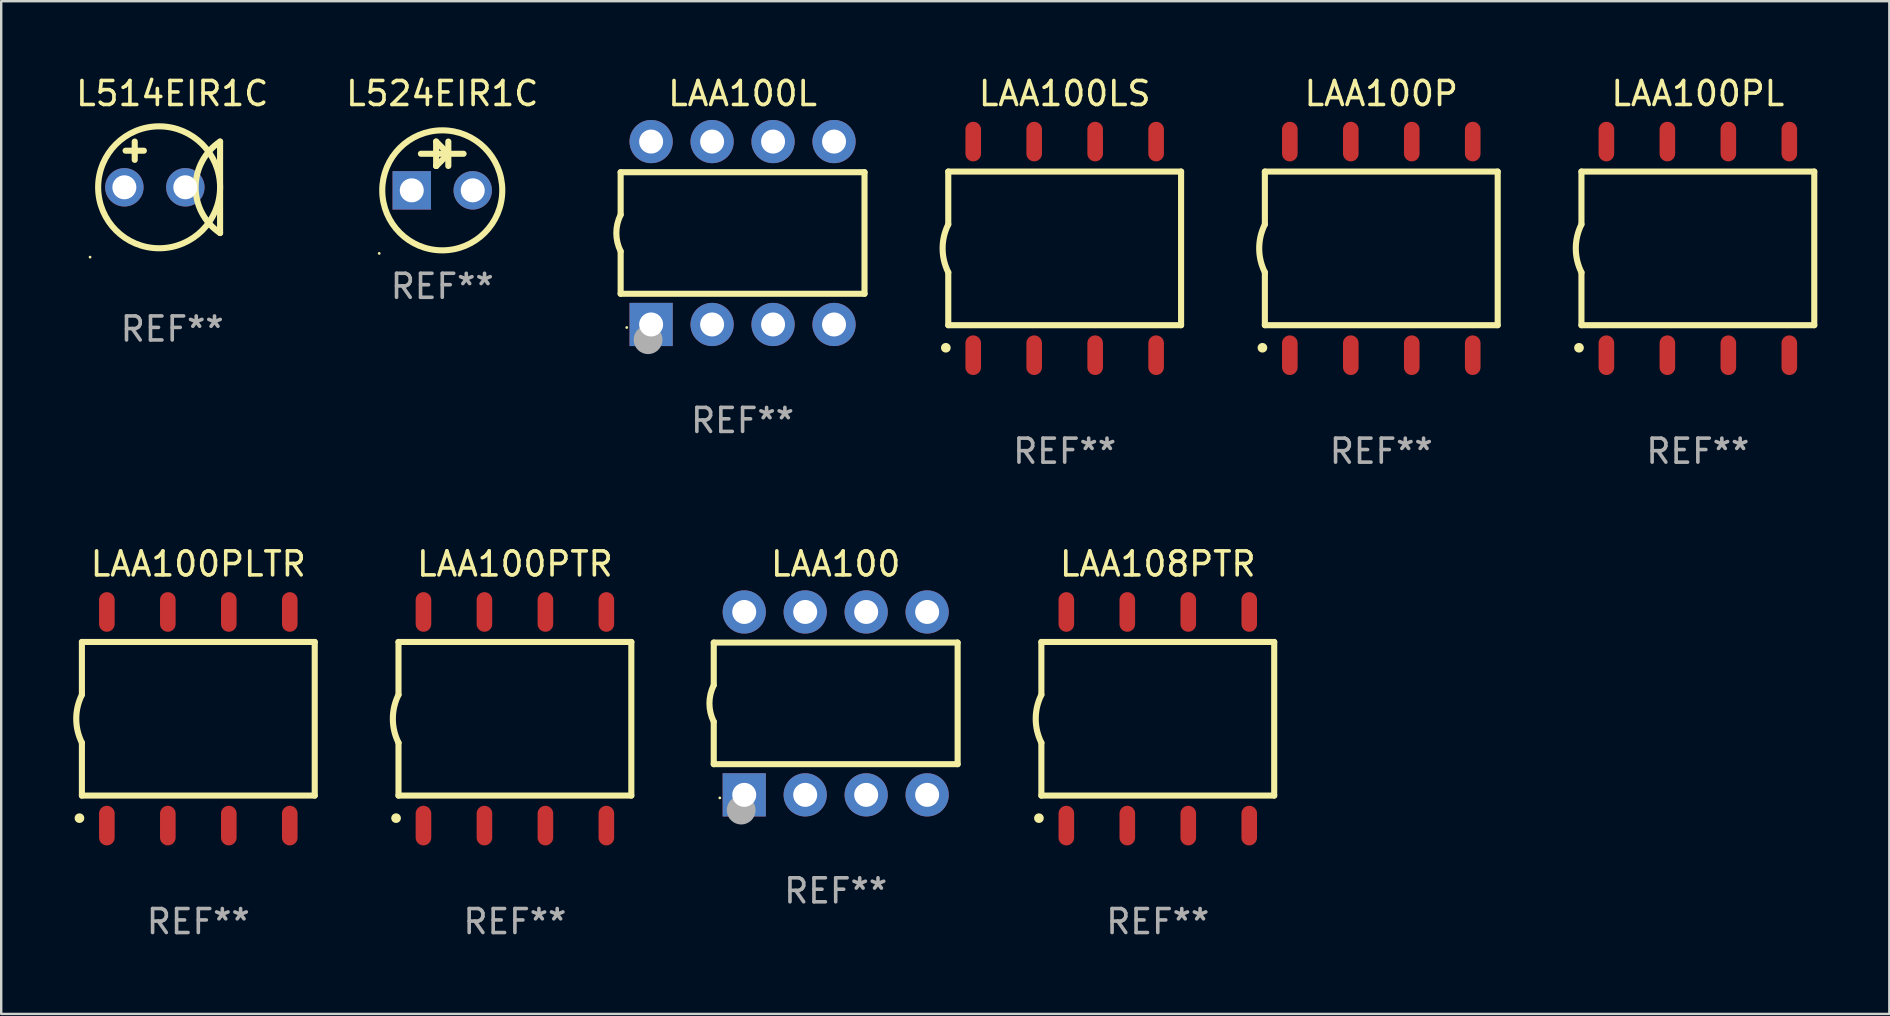
<source format=kicad_pcb>
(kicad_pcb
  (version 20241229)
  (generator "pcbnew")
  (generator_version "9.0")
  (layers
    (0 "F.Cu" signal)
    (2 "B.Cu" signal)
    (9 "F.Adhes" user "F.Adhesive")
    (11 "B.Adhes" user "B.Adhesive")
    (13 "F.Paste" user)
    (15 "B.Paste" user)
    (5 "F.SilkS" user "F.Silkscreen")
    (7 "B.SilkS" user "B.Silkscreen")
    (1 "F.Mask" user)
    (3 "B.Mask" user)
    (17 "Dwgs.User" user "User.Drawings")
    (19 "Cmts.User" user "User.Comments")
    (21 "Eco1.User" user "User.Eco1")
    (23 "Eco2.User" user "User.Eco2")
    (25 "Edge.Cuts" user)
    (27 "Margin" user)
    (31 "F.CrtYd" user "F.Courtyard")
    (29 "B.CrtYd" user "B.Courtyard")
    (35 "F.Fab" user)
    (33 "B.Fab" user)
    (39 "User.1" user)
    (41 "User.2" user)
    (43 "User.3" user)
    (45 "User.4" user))
  (footprint "LAA100LS"
    (layer "F.Cu")
    (at 41.306 7.298)
    (property "Reference" "LAA100LS" (at 0 -6.45 0) (layer "F.SilkS") (effects (font (size 1 1) (thickness 0.15))))
    (attr through_hole)
    (fp_line (start -4.85 -3.2) (end -4.85 -1) (stroke (width 0.254) (type solid)) (layer "F.SilkS"))
    (fp_line (start -4.85 -3.2) (end 4.85 -3.2) (stroke (width 0.254) (type solid)) (layer "F.SilkS"))
    (fp_line (start -4.85 3.2) (end -4.85 1) (stroke (width 0.254) (type solid)) (layer "F.SilkS"))
    (fp_line (start 4.85 -3.2) (end 4.85 3.2) (stroke (width 0.254) (type solid)) (layer "F.SilkS"))
    (fp_line (start 4.85 3.2) (end -4.85 3.2) (stroke (width 0.254) (type solid)) (layer "F.SilkS"))
    (fp_arc (start -4.95301 4.140208) (mid -4.95174 4.140204) (end -4.95047 4.140208) (stroke (width 0.4) (type solid)) (layer "F.SilkS"))
    (fp_arc (start -4.84887 1.000762) (mid -5.085418 0.000516) (end -4.850013 -1) (stroke (width 0.254001) (type solid)) (layer "F.SilkS"))
    (fp_text user "REF**" (at 0 8.45 0) (layer "F.Fab") (effects (font (size 1 1) (thickness 0.15))))
    (pad "1" smd oval (at -3.81 4.45) (size 0.65 1.65) (layers "F.Cu" "F.Mask" "F.Paste"))
    (pad "2" smd oval (at -1.27 4.45) (size 0.65 1.65) (layers "F.Cu" "F.Mask" "F.Paste"))
    (pad "3" smd oval (at 1.27 4.45) (size 0.65 1.65) (layers "F.Cu" "F.Mask" "F.Paste"))
    (pad "4" smd oval (at 3.81 4.45) (size 0.65 1.65) (layers "F.Cu" "F.Mask" "F.Paste"))
    (pad "5" smd oval (at 3.81 -4.45 180) (size 0.65 1.65) (layers "F.Cu" "F.Mask" "F.Paste"))
    (pad "6" smd oval (at 1.27 -4.45 180) (size 0.65 1.65) (layers "F.Cu" "F.Mask" "F.Paste"))
    (pad "7" smd oval (at -1.27 -4.45 180) (size 0.65 1.65) (layers "F.Cu" "F.Mask" "F.Paste"))
    (pad "8" smd oval (at -3.81 -4.45 180) (size 0.65 1.65) (layers "F.Cu" "F.Mask" "F.Paste")))
  (footprint "LAA108PTR"
    (layer "F.Cu")
    (at 45.185 26.895)
    (property "Reference" "LAA108PTR" (at 0 -6.45 0) (layer "F.SilkS") (effects (font (size 1 1) (thickness 0.15))))
    (attr through_hole)
    (fp_line (start -4.85 -3.2) (end -4.85 -1) (stroke (width 0.254) (type solid)) (layer "F.SilkS"))
    (fp_line (start -4.85 -3.2) (end 4.85 -3.2) (stroke (width 0.254) (type solid)) (layer "F.SilkS"))
    (fp_line (start -4.85 3.2) (end -4.85 1) (stroke (width 0.254) (type solid)) (layer "F.SilkS"))
    (fp_line (start 4.85 -3.2) (end 4.85 3.2) (stroke (width 0.254) (type solid)) (layer "F.SilkS"))
    (fp_line (start 4.85 3.2) (end -4.85 3.2) (stroke (width 0.254) (type solid)) (layer "F.SilkS"))
    (fp_arc (start -4.95301 4.140208) (mid -4.95174 4.140204) (end -4.95047 4.140208) (stroke (width 0.4) (type solid)) (layer "F.SilkS"))
    (fp_arc (start -4.84887 1.000762) (mid -5.085418 0.000516) (end -4.850013 -1) (stroke (width 0.254001) (type solid)) (layer "F.SilkS"))
    (fp_text user "REF**" (at 0 8.45 0) (layer "F.Fab") (effects (font (size 1 1) (thickness 0.15))))
    (pad "1" smd oval (at -3.81 4.45) (size 0.65 1.65) (layers "F.Cu" "F.Mask" "F.Paste"))
    (pad "2" smd oval (at -1.27 4.45) (size 0.65 1.65) (layers "F.Cu" "F.Mask" "F.Paste"))
    (pad "3" smd oval (at 1.27 4.45) (size 0.65 1.65) (layers "F.Cu" "F.Mask" "F.Paste"))
    (pad "4" smd oval (at 3.81 4.45) (size 0.65 1.65) (layers "F.Cu" "F.Mask" "F.Paste"))
    (pad "5" smd oval (at 3.81 -4.45 180) (size 0.65 1.65) (layers "F.Cu" "F.Mask" "F.Paste"))
    (pad "6" smd oval (at 1.27 -4.45 180) (size 0.65 1.65) (layers "F.Cu" "F.Mask" "F.Paste"))
    (pad "7" smd oval (at -1.27 -4.45 180) (size 0.65 1.65) (layers "F.Cu" "F.Mask" "F.Paste"))
    (pad "8" smd oval (at -3.81 -4.45 180) (size 0.65 1.65) (layers "F.Cu" "F.Mask" "F.Paste")))
  (footprint "L514EIR1C"
    (layer "F.Cu")
    (at 4.125 4.753)
    (property "Reference" "L514EIR1C" (at 0 -3.905 0) (layer "F.SilkS") (effects (font (size 1 1) (thickness 0.15))))
    (attr through_hole)
    (fp_line (start -1.943 -1.524) (end -1.181 -1.524) (stroke (width 0.254) (type solid)) (layer "F.SilkS"))
    (fp_line (start -1.562 -1.143) (end -1.562 -1.905) (stroke (width 0.254) (type solid)) (layer "F.SilkS"))
    (fp_line (start 1.994 1.905) (end 1.994 -1.905) (stroke (width 0.254) (type solid)) (layer "F.SilkS"))
    (fp_arc (start 1.993899 1.905) (mid 0.974377 0) (end 1.993899 -1.905) (stroke (width 0.254001) (type solid)) (layer "F.SilkS"))
    (fp_circle (center -3.423 2.909) (end -3.393 2.909) (stroke (width 0.06) (type solid)) (fill no) (layer "F.SilkS"))
    (fp_circle (center -0.546 0) (end 1.994 0) (stroke (width 0.254) (type solid)) (fill no) (layer "F.SilkS"))
    (fp_text user "REF**" (at 0 5.905 0) (layer "F.Fab") (effects (font (size 1 1) (thickness 0.15))))
    (pad "1" thru_hole circle (at -1.994 0) (size 1.6 1.6) (drill 1) (layers "*.Cu" "*.Mask"))
    (pad "2" thru_hole circle (at 0.546 0) (size 1.6 1.6) (drill 1) (layers "*.Cu" "*.Mask")))
  (footprint "LAA100"
    (layer "F.Cu")
    (at 31.766 26.255)
    (property "Reference" "LAA100" (at 0 -5.81 0) (layer "F.SilkS") (effects (font (size 1 1) (thickness 0.15))))
    (attr through_hole)
    (fp_line (start -5.08 -2.534) (end 5.08 -2.534) (stroke (width 0.254) (type solid)) (layer "F.SilkS"))
    (fp_line (start -5.08 -0.762) (end -5.08 -2.534) (stroke (width 0.254) (type solid)) (layer "F.SilkS"))
    (fp_line (start -5.08 2.531) (end -5.08 0.762) (stroke (width 0.254) (type solid)) (layer "F.SilkS"))
    (fp_line (start -5.08 2.531) (end 5.08 2.531) (stroke (width 0.254) (type solid)) (layer "F.SilkS"))
    (fp_line (start 5.08 2.531) (end 5.08 -2.534) (stroke (width 0.254) (type solid)) (layer "F.SilkS"))
    (fp_arc (start -5.08001 0.762001) (mid -5.259894 0) (end -5.08001 -0.762002) (stroke (width 0.254001) (type solid)) (layer "F.SilkS"))
    (fp_circle (center -4.826 3.937) (end -4.796 3.937) (stroke (width 0.06) (type solid)) (fill no) (layer "F.SilkS"))
    (fp_circle (center -3.937 4.445) (end -3.637 4.445) (stroke (width 0.6) (type solid)) (fill no) (layer "F.Fab"))
    (fp_text user "REF**" (at 0 7.81 0) (layer "F.Fab") (effects (font (size 1 1) (thickness 0.15))))
    (pad "1" thru_hole rect (at -3.81 3.81) (size 1.8 1.8) (drill 1) (layers "*.Cu" "*.Mask"))
    (pad "2" thru_hole circle (at -1.27 3.81) (size 1.8 1.8) (drill 1) (layers "*.Cu" "*.Mask"))
    (pad "3" thru_hole circle (at 1.27 3.81) (size 1.8 1.8) (drill 1) (layers "*.Cu" "*.Mask"))
    (pad "4" thru_hole circle (at 3.81 3.81) (size 1.8 1.8) (drill 1) (layers "*.Cu" "*.Mask"))
    (pad "5" thru_hole circle (at 3.81 -3.81) (size 1.8 1.8) (drill 1) (layers "*.Cu" "*.Mask"))
    (pad "6" thru_hole circle (at 1.27 -3.81) (size 1.8 1.8) (drill 1) (layers "*.Cu" "*.Mask"))
    (pad "7" thru_hole circle (at -1.27 -3.81) (size 1.8 1.8) (drill 1) (layers "*.Cu" "*.Mask"))
    (pad "8" thru_hole circle (at -3.81 -3.81) (size 1.8 1.8) (drill 1) (layers "*.Cu" "*.Mask")))
  (footprint "LAA100PLTR"
    (layer "F.Cu")
    (at 5.212 26.895)
    (property "Reference" "LAA100PLTR" (at 0 -6.45 0) (layer "F.SilkS") (effects (font (size 1 1) (thickness 0.15))))
    (attr through_hole)
    (fp_line (start -4.85 -3.2) (end -4.85 -1) (stroke (width 0.254) (type solid)) (layer "F.SilkS"))
    (fp_line (start -4.85 -3.2) (end 4.85 -3.2) (stroke (width 0.254) (type solid)) (layer "F.SilkS"))
    (fp_line (start -4.85 3.2) (end -4.85 1) (stroke (width 0.254) (type solid)) (layer "F.SilkS"))
    (fp_line (start 4.85 -3.2) (end 4.85 3.2) (stroke (width 0.254) (type solid)) (layer "F.SilkS"))
    (fp_line (start 4.85 3.2) (end -4.85 3.2) (stroke (width 0.254) (type solid)) (layer "F.SilkS"))
    (fp_arc (start -4.95301 4.140208) (mid -4.95174 4.140204) (end -4.95047 4.140208) (stroke (width 0.4) (type solid)) (layer "F.SilkS"))
    (fp_arc (start -4.84887 1.000762) (mid -5.085418 0.000516) (end -4.850013 -1) (stroke (width 0.254001) (type solid)) (layer "F.SilkS"))
    (fp_text user "REF**" (at 0 8.45 0) (layer "F.Fab") (effects (font (size 1 1) (thickness 0.15))))
    (pad "1" smd oval (at -3.81 4.45) (size 0.65 1.65) (layers "F.Cu" "F.Mask" "F.Paste"))
    (pad "2" smd oval (at -1.27 4.45) (size 0.65 1.65) (layers "F.Cu" "F.Mask" "F.Paste"))
    (pad "3" smd oval (at 1.27 4.45) (size 0.65 1.65) (layers "F.Cu" "F.Mask" "F.Paste"))
    (pad "4" smd oval (at 3.81 4.45) (size 0.65 1.65) (layers "F.Cu" "F.Mask" "F.Paste"))
    (pad "5" smd oval (at 3.81 -4.45 180) (size 0.65 1.65) (layers "F.Cu" "F.Mask" "F.Paste"))
    (pad "6" smd oval (at 1.27 -4.45 180) (size 0.65 1.65) (layers "F.Cu" "F.Mask" "F.Paste"))
    (pad "7" smd oval (at -1.27 -4.45 180) (size 0.65 1.65) (layers "F.Cu" "F.Mask" "F.Paste"))
    (pad "8" smd oval (at -3.81 -4.45 180) (size 0.65 1.65) (layers "F.Cu" "F.Mask" "F.Paste")))
  (footprint "LAA100P"
    (layer "F.Cu")
    (at 54.496 7.298)
    (property "Reference" "LAA100P" (at 0 -6.45 0) (layer "F.SilkS") (effects (font (size 1 1) (thickness 0.15))))
    (attr through_hole)
    (fp_line (start -4.85 -3.2) (end -4.85 -1) (stroke (width 0.254) (type solid)) (layer "F.SilkS"))
    (fp_line (start -4.85 -3.2) (end 4.85 -3.2) (stroke (width 0.254) (type solid)) (layer "F.SilkS"))
    (fp_line (start -4.85 3.2) (end -4.85 1) (stroke (width 0.254) (type solid)) (layer "F.SilkS"))
    (fp_line (start 4.85 -3.2) (end 4.85 3.2) (stroke (width 0.254) (type solid)) (layer "F.SilkS"))
    (fp_line (start 4.85 3.2) (end -4.85 3.2) (stroke (width 0.254) (type solid)) (layer "F.SilkS"))
    (fp_arc (start -4.95301 4.140208) (mid -4.95174 4.140204) (end -4.95047 4.140208) (stroke (width 0.4) (type solid)) (layer "F.SilkS"))
    (fp_arc (start -4.84887 1.000762) (mid -5.085418 0.000516) (end -4.850013 -1) (stroke (width 0.254001) (type solid)) (layer "F.SilkS"))
    (fp_text user "REF**" (at 0 8.45 0) (layer "F.Fab") (effects (font (size 1 1) (thickness 0.15))))
    (pad "1" smd oval (at -3.81 4.45) (size 0.65 1.65) (layers "F.Cu" "F.Mask" "F.Paste"))
    (pad "2" smd oval (at -1.27 4.45) (size 0.65 1.65) (layers "F.Cu" "F.Mask" "F.Paste"))
    (pad "3" smd oval (at 1.27 4.45) (size 0.65 1.65) (layers "F.Cu" "F.Mask" "F.Paste"))
    (pad "4" smd oval (at 3.81 4.45) (size 0.65 1.65) (layers "F.Cu" "F.Mask" "F.Paste"))
    (pad "5" smd oval (at 3.81 -4.45 180) (size 0.65 1.65) (layers "F.Cu" "F.Mask" "F.Paste"))
    (pad "6" smd oval (at 1.27 -4.45 180) (size 0.65 1.65) (layers "F.Cu" "F.Mask" "F.Paste"))
    (pad "7" smd oval (at -1.27 -4.45 180) (size 0.65 1.65) (layers "F.Cu" "F.Mask" "F.Paste"))
    (pad "8" smd oval (at -3.81 -4.45 180) (size 0.65 1.65) (layers "F.Cu" "F.Mask" "F.Paste")))
  (footprint "LAA100L"
    (layer "F.Cu")
    (at 27.887 6.658)
    (property "Reference" "LAA100L" (at 0 -5.81 0) (layer "F.SilkS") (effects (font (size 1 1) (thickness 0.15))))
    (attr through_hole)
    (fp_line (start -5.08 -2.534) (end 5.08 -2.534) (stroke (width 0.254) (type solid)) (layer "F.SilkS"))
    (fp_line (start -5.08 -0.762) (end -5.08 -2.534) (stroke (width 0.254) (type solid)) (layer "F.SilkS"))
    (fp_line (start -5.08 2.531) (end -5.08 0.762) (stroke (width 0.254) (type solid)) (layer "F.SilkS"))
    (fp_line (start -5.08 2.531) (end 5.08 2.531) (stroke (width 0.254) (type solid)) (layer "F.SilkS"))
    (fp_line (start 5.08 2.531) (end 5.08 -2.534) (stroke (width 0.254) (type solid)) (layer "F.SilkS"))
    (fp_arc (start -5.08001 0.762001) (mid -5.259894 0) (end -5.08001 -0.762002) (stroke (width 0.254001) (type solid)) (layer "F.SilkS"))
    (fp_circle (center -4.826 3.937) (end -4.796 3.937) (stroke (width 0.06) (type solid)) (fill no) (layer "F.SilkS"))
    (fp_circle (center -3.937 4.445) (end -3.637 4.445) (stroke (width 0.6) (type solid)) (fill no) (layer "F.Fab"))
    (fp_text user "REF**" (at 0 7.81 0) (layer "F.Fab") (effects (font (size 1 1) (thickness 0.15))))
    (pad "1" thru_hole rect (at -3.81 3.81) (size 1.8 1.8) (drill 1) (layers "*.Cu" "*.Mask"))
    (pad "2" thru_hole circle (at -1.27 3.81) (size 1.8 1.8) (drill 1) (layers "*.Cu" "*.Mask"))
    (pad "3" thru_hole circle (at 1.27 3.81) (size 1.8 1.8) (drill 1) (layers "*.Cu" "*.Mask"))
    (pad "4" thru_hole circle (at 3.81 3.81) (size 1.8 1.8) (drill 1) (layers "*.Cu" "*.Mask"))
    (pad "5" thru_hole circle (at 3.81 -3.81) (size 1.8 1.8) (drill 1) (layers "*.Cu" "*.Mask"))
    (pad "6" thru_hole circle (at 1.27 -3.81) (size 1.8 1.8) (drill 1) (layers "*.Cu" "*.Mask"))
    (pad "7" thru_hole circle (at -1.27 -3.81) (size 1.8 1.8) (drill 1) (layers "*.Cu" "*.Mask"))
    (pad "8" thru_hole circle (at -3.81 -3.81) (size 1.8 1.8) (drill 1) (layers "*.Cu" "*.Mask")))
  (footprint "LAA100PTR"
    (layer "F.Cu")
    (at 18.402 26.895)
    (property "Reference" "LAA100PTR" (at 0 -6.45 0) (layer "F.SilkS") (effects (font (size 1 1) (thickness 0.15))))
    (attr through_hole)
    (fp_line (start -4.85 -3.2) (end -4.85 -1) (stroke (width 0.254) (type solid)) (layer "F.SilkS"))
    (fp_line (start -4.85 -3.2) (end 4.85 -3.2) (stroke (width 0.254) (type solid)) (layer "F.SilkS"))
    (fp_line (start -4.85 3.2) (end -4.85 1) (stroke (width 0.254) (type solid)) (layer "F.SilkS"))
    (fp_line (start 4.85 -3.2) (end 4.85 3.2) (stroke (width 0.254) (type solid)) (layer "F.SilkS"))
    (fp_line (start 4.85 3.2) (end -4.85 3.2) (stroke (width 0.254) (type solid)) (layer "F.SilkS"))
    (fp_arc (start -4.95301 4.140208) (mid -4.95174 4.140204) (end -4.95047 4.140208) (stroke (width 0.4) (type solid)) (layer "F.SilkS"))
    (fp_arc (start -4.84887 1.000762) (mid -5.085418 0.000516) (end -4.850013 -1) (stroke (width 0.254001) (type solid)) (layer "F.SilkS"))
    (fp_text user "REF**" (at 0 8.45 0) (layer "F.Fab") (effects (font (size 1 1) (thickness 0.15))))
    (pad "1" smd oval (at -3.81 4.45) (size 0.65 1.65) (layers "F.Cu" "F.Mask" "F.Paste"))
    (pad "2" smd oval (at -1.27 4.45) (size 0.65 1.65) (layers "F.Cu" "F.Mask" "F.Paste"))
    (pad "3" smd oval (at 1.27 4.45) (size 0.65 1.65) (layers "F.Cu" "F.Mask" "F.Paste"))
    (pad "4" smd oval (at 3.81 4.45) (size 0.65 1.65) (layers "F.Cu" "F.Mask" "F.Paste"))
    (pad "5" smd oval (at 3.81 -4.45 180) (size 0.65 1.65) (layers "F.Cu" "F.Mask" "F.Paste"))
    (pad "6" smd oval (at 1.27 -4.45 180) (size 0.65 1.65) (layers "F.Cu" "F.Mask" "F.Paste"))
    (pad "7" smd oval (at -1.27 -4.45 180) (size 0.65 1.65) (layers "F.Cu" "F.Mask" "F.Paste"))
    (pad "8" smd oval (at -3.81 -4.45 180) (size 0.65 1.65) (layers "F.Cu" "F.Mask" "F.Paste")))
  (footprint "LAA100PL"
    (layer "F.Cu")
    (at 67.685 7.298)
    (property "Reference" "LAA100PL" (at 0 -6.45 0) (layer "F.SilkS") (effects (font (size 1 1) (thickness 0.15))))
    (attr through_hole)
    (fp_line (start -4.85 -3.2) (end -4.85 -1) (stroke (width 0.254) (type solid)) (layer "F.SilkS"))
    (fp_line (start -4.85 -3.2) (end 4.85 -3.2) (stroke (width 0.254) (type solid)) (layer "F.SilkS"))
    (fp_line (start -4.85 3.2) (end -4.85 1) (stroke (width 0.254) (type solid)) (layer "F.SilkS"))
    (fp_line (start 4.85 -3.2) (end 4.85 3.2) (stroke (width 0.254) (type solid)) (layer "F.SilkS"))
    (fp_line (start 4.85 3.2) (end -4.85 3.2) (stroke (width 0.254) (type solid)) (layer "F.SilkS"))
    (fp_arc (start -4.95301 4.140208) (mid -4.95174 4.140204) (end -4.95047 4.140208) (stroke (width 0.4) (type solid)) (layer "F.SilkS"))
    (fp_arc (start -4.84887 1.000762) (mid -5.085418 0.000516) (end -4.850013 -1) (stroke (width 0.254001) (type solid)) (layer "F.SilkS"))
    (fp_text user "REF**" (at 0 8.45 0) (layer "F.Fab") (effects (font (size 1 1) (thickness 0.15))))
    (pad "1" smd oval (at -3.81 4.45) (size 0.65 1.65) (layers "F.Cu" "F.Mask" "F.Paste"))
    (pad "2" smd oval (at -1.27 4.45) (size 0.65 1.65) (layers "F.Cu" "F.Mask" "F.Paste"))
    (pad "3" smd oval (at 1.27 4.45) (size 0.65 1.65) (layers "F.Cu" "F.Mask" "F.Paste"))
    (pad "4" smd oval (at 3.81 4.45) (size 0.65 1.65) (layers "F.Cu" "F.Mask" "F.Paste"))
    (pad "5" smd oval (at 3.81 -4.45 180) (size 0.65 1.65) (layers "F.Cu" "F.Mask" "F.Paste"))
    (pad "6" smd oval (at 1.27 -4.45 180) (size 0.65 1.65) (layers "F.Cu" "F.Mask" "F.Paste"))
    (pad "7" smd oval (at -1.27 -4.45 180) (size 0.65 1.65) (layers "F.Cu" "F.Mask" "F.Paste"))
    (pad "8" smd oval (at -3.81 -4.45 180) (size 0.65 1.65) (layers "F.Cu" "F.Mask" "F.Paste")))
  (footprint "L524EIR1C"
    (layer "F.Cu")
    (at 15.375 3.864)
    (property "Reference" "L524EIR1C" (at 0 -3.016 0) (layer "F.SilkS") (effects (font (size 1 1) (thickness 0.15))))
    (attr through_hole)
    (fp_line (start -0.889 -0.508) (end 0.888 -0.508) (stroke (width 0.254) (type solid)) (layer "F.SilkS"))
    (fp_line (start -0.255 -1.016) (end -0.255 0) (stroke (width 0.254) (type solid)) (layer "F.SilkS"))
    (fp_line (start -0.255 0) (end -0.248 0) (stroke (width 0.254) (type solid)) (layer "F.SilkS"))
    (fp_line (start -0.248 0) (end 0.26 -0.508) (stroke (width 0.254) (type solid)) (layer "F.SilkS"))
    (fp_line (start 0.246 -0.515) (end -0.255 -1.016) (stroke (width 0.254) (type solid)) (layer "F.SilkS"))
    (fp_line (start 0.246 -0.508) (end 0.246 -0.515) (stroke (width 0.254) (type solid)) (layer "F.SilkS"))
    (fp_line (start 0.253 -1.016) (end 0.253 0) (stroke (width 0.254) (type solid)) (layer "F.SilkS"))
    (fp_circle (center -2.627 3.643) (end -2.597 3.643) (stroke (width 0.06) (type solid)) (fill no) (layer "F.SilkS"))
    (fp_circle (center 0 1.016) (end 2.5 1.016) (stroke (width 0.254) (type solid)) (fill no) (layer "F.SilkS"))
    (fp_text user "REF**" (at 0 5.016 0) (layer "F.Fab") (effects (font (size 1 1) (thickness 0.15))))
    (pad "1" thru_hole rect (at -1.27 1.016) (size 1.6 1.6) (drill 1) (layers "*.Cu" "*.Mask"))
    (pad "2" thru_hole circle (at 1.27 1.016) (size 1.6 1.6) (drill 1) (layers "*.Cu" "*.Mask")))
  (gr_rect
    (start -3 -3)
    (end 75.662 39.193)
    (stroke (width 0.1) (type default))
    (fill no)
    (layer "Edge.Cuts")))
</source>
